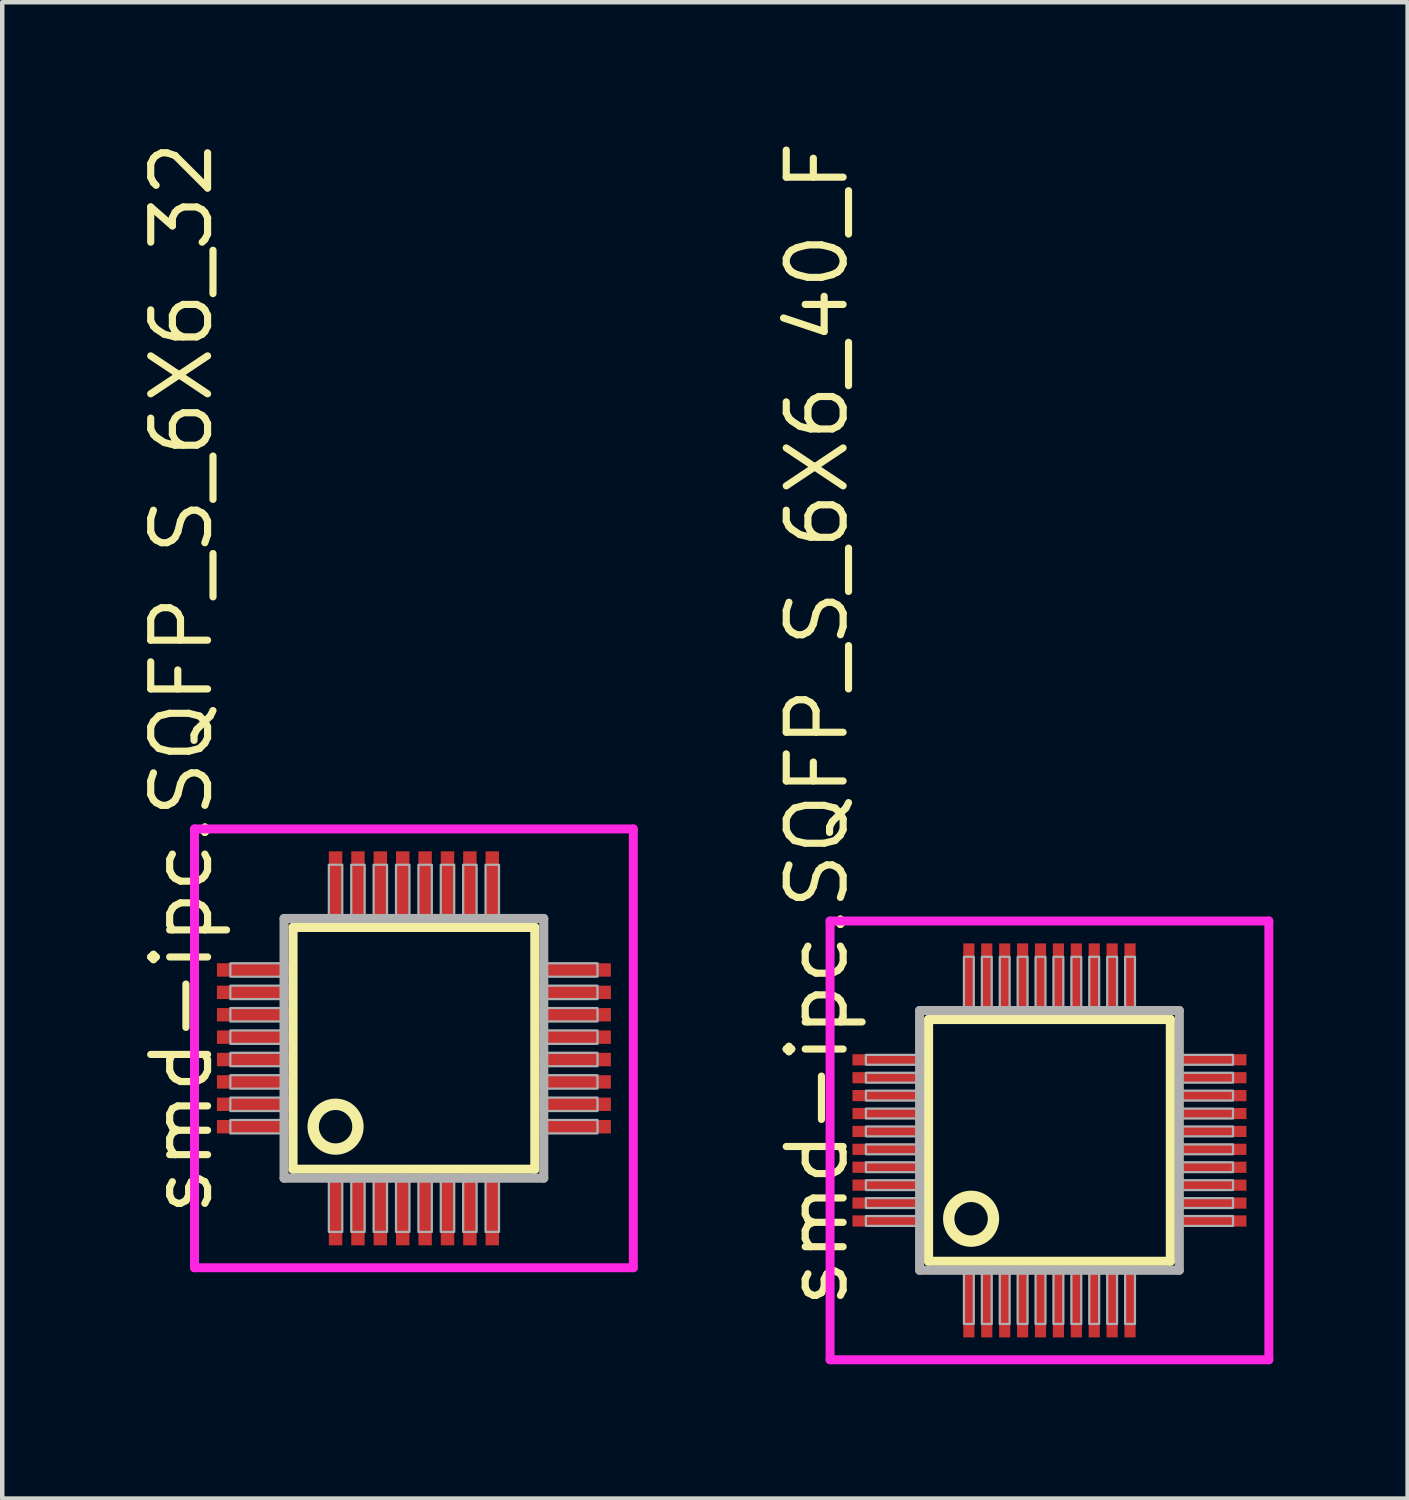
<source format=kicad_pcb>
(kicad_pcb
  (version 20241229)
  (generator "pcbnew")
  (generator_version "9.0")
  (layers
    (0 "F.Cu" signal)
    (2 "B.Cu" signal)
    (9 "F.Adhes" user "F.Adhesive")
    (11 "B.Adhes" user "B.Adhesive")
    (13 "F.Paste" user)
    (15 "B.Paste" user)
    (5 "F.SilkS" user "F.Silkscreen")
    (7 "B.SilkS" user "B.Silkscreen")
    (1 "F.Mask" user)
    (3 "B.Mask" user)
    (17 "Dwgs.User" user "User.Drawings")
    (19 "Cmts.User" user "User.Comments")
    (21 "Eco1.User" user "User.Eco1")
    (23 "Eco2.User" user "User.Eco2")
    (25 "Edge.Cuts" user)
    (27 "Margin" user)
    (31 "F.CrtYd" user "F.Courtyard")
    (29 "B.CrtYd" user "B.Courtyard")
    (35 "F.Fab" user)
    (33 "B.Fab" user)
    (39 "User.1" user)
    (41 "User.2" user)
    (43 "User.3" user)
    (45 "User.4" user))
  (footprint "smd-ipc.SQFP_S_6X6_32"
    (layer "F.Cu")
    (at 6.195 20.365)
    (property "Reference" "smd-ipc.SQFP_S_6X6_32" (at -4.445 3.81 90) (layer "F.SilkS") (effects (font (size 1.27 1.27) (thickness 0.16)) (justify left bottom)))
    (attr smd)
    (fp_line (start -2.7 -2.7) (end 2.7 -2.7) (stroke (width 0.203) (type default)) (layer "F.SilkS"))
    (fp_line (start -2.7 2.7) (end -2.7 -2.7) (stroke (width 0.203) (type default)) (layer "F.SilkS"))
    (fp_line (start 2.7 -2.7) (end 2.7 2.7) (stroke (width 0.203) (type default)) (layer "F.SilkS"))
    (fp_line (start 2.7 2.7) (end -2.7 2.7) (stroke (width 0.203) (type default)) (layer "F.SilkS"))
    (fp_circle (center -1.75 1.75) (end -1.25 1.75) (stroke (width 0.254) (type default)) (fill no) (layer "F.SilkS"))
    (fp_line (start -4.9 -4.9) (end 4.9 -4.9) (stroke (width 0.2) (type default)) (layer "F.CrtYd"))
    (fp_line (start -4.9 4.9) (end -4.9 -4.9) (stroke (width 0.2) (type default)) (layer "F.CrtYd"))
    (fp_line (start 4.9 -4.9) (end 4.9 4.9) (stroke (width 0.2) (type default)) (layer "F.CrtYd"))
    (fp_line (start 4.9 4.9) (end -4.9 4.9) (stroke (width 0.2) (type default)) (layer "F.CrtYd"))
    (fp_line (start -2.9 -2.9) (end -2.9 2.9) (stroke (width 0.203) (type default)) (layer "F.Fab"))
    (fp_line (start -2.9 2.9) (end 2.9 2.9) (stroke (width 0.203) (type default)) (layer "F.Fab"))
    (fp_line (start 2.9 -2.9) (end -2.9 -2.9) (stroke (width 0.203) (type default)) (layer "F.Fab"))
    (fp_line (start 2.9 2.9) (end 2.9 -2.9) (stroke (width 0.203) (type default)) (layer "F.Fab"))
    (fp_rect (start -4.1 -1.6) (end -2.95 -1.9) (stroke (width 0.05) (type default)) (fill no) (layer "F.Fab"))
    (fp_rect (start -4.1 -1.1) (end -2.95 -1.4) (stroke (width 0.05) (type default)) (fill no) (layer "F.Fab"))
    (fp_rect (start -4.1 -0.6) (end -2.95 -0.9) (stroke (width 0.05) (type default)) (fill no) (layer "F.Fab"))
    (fp_rect (start -4.1 -0.1) (end -2.95 -0.4) (stroke (width 0.05) (type default)) (fill no) (layer "F.Fab"))
    (fp_rect (start -4.1 0.4) (end -2.95 0.1) (stroke (width 0.05) (type default)) (fill no) (layer "F.Fab"))
    (fp_rect (start -4.1 0.9) (end -2.95 0.6) (stroke (width 0.05) (type default)) (fill no) (layer "F.Fab"))
    (fp_rect (start -4.1 1.4) (end -2.95 1.1) (stroke (width 0.05) (type default)) (fill no) (layer "F.Fab"))
    (fp_rect (start -4.1 1.9) (end -2.95 1.6) (stroke (width 0.05) (type default)) (fill no) (layer "F.Fab"))
    (fp_rect (start -1.9 -2.95) (end -1.6 -4.1) (stroke (width 0.05) (type default)) (fill no) (layer "F.Fab"))
    (fp_rect (start -1.9 4.1) (end -1.6 2.95) (stroke (width 0.05) (type default)) (fill no) (layer "F.Fab"))
    (fp_rect (start -1.4 -2.95) (end -1.1 -4.1) (stroke (width 0.05) (type default)) (fill no) (layer "F.Fab"))
    (fp_rect (start -1.4 4.1) (end -1.1 2.95) (stroke (width 0.05) (type default)) (fill no) (layer "F.Fab"))
    (fp_rect (start -0.9 -2.95) (end -0.6 -4.1) (stroke (width 0.05) (type default)) (fill no) (layer "F.Fab"))
    (fp_rect (start -0.9 4.1) (end -0.6 2.95) (stroke (width 0.05) (type default)) (fill no) (layer "F.Fab"))
    (fp_rect (start -0.4 -2.95) (end -0.1 -4.1) (stroke (width 0.05) (type default)) (fill no) (layer "F.Fab"))
    (fp_rect (start -0.4 4.1) (end -0.1 2.95) (stroke (width 0.05) (type default)) (fill no) (layer "F.Fab"))
    (fp_rect (start 0.1 -2.95) (end 0.4 -4.1) (stroke (width 0.05) (type default)) (fill no) (layer "F.Fab"))
    (fp_rect (start 0.1 4.1) (end 0.4 2.95) (stroke (width 0.05) (type default)) (fill no) (layer "F.Fab"))
    (fp_rect (start 0.6 -2.95) (end 0.9 -4.1) (stroke (width 0.05) (type default)) (fill no) (layer "F.Fab"))
    (fp_rect (start 0.6 4.1) (end 0.9 2.95) (stroke (width 0.05) (type default)) (fill no) (layer "F.Fab"))
    (fp_rect (start 1.1 -2.95) (end 1.4 -4.1) (stroke (width 0.05) (type default)) (fill no) (layer "F.Fab"))
    (fp_rect (start 1.1 4.1) (end 1.4 2.95) (stroke (width 0.05) (type default)) (fill no) (layer "F.Fab"))
    (fp_rect (start 1.6 -2.95) (end 1.9 -4.1) (stroke (width 0.05) (type default)) (fill no) (layer "F.Fab"))
    (fp_rect (start 1.6 4.1) (end 1.9 2.95) (stroke (width 0.05) (type default)) (fill no) (layer "F.Fab"))
    (fp_rect (start 2.95 -1.6) (end 4.1 -1.9) (stroke (width 0.05) (type default)) (fill no) (layer "F.Fab"))
    (fp_rect (start 2.95 -1.1) (end 4.1 -1.4) (stroke (width 0.05) (type default)) (fill no) (layer "F.Fab"))
    (fp_rect (start 2.95 -0.6) (end 4.1 -0.9) (stroke (width 0.05) (type default)) (fill no) (layer "F.Fab"))
    (fp_rect (start 2.95 -0.1) (end 4.1 -0.4) (stroke (width 0.05) (type default)) (fill no) (layer "F.Fab"))
    (fp_rect (start 2.95 0.4) (end 4.1 0.1) (stroke (width 0.05) (type default)) (fill no) (layer "F.Fab"))
    (fp_rect (start 2.95 0.9) (end 4.1 0.6) (stroke (width 0.05) (type default)) (fill no) (layer "F.Fab"))
    (fp_rect (start 2.95 1.4) (end 4.1 1.1) (stroke (width 0.05) (type default)) (fill no) (layer "F.Fab"))
    (fp_rect (start 2.95 1.9) (end 4.1 1.6) (stroke (width 0.05) (type default)) (fill no) (layer "F.Fab"))
    (pad "1" smd roundrect (at -1.75 3.6) (size 0.3 1.6) (layers "F.Cu" "F.Mask" "F.Paste") (roundrect_rratio 0.01))
    (pad "2" smd roundrect (at -1.25 3.6) (size 0.3 1.6) (layers "F.Cu" "F.Mask" "F.Paste") (roundrect_rratio 0.01))
    (pad "3" smd roundrect (at -0.75 3.6) (size 0.3 1.6) (layers "F.Cu" "F.Mask" "F.Paste") (roundrect_rratio 0.01))
    (pad "4" smd roundrect (at -0.25 3.6) (size 0.3 1.6) (layers "F.Cu" "F.Mask" "F.Paste") (roundrect_rratio 0.01))
    (pad "5" smd roundrect (at 0.25 3.6) (size 0.3 1.6) (layers "F.Cu" "F.Mask" "F.Paste") (roundrect_rratio 0.01))
    (pad "6" smd roundrect (at 0.75 3.6) (size 0.3 1.6) (layers "F.Cu" "F.Mask" "F.Paste") (roundrect_rratio 0.01))
    (pad "7" smd roundrect (at 1.25 3.6) (size 0.3 1.6) (layers "F.Cu" "F.Mask" "F.Paste") (roundrect_rratio 0.01))
    (pad "8" smd roundrect (at 1.75 3.6) (size 0.3 1.6) (layers "F.Cu" "F.Mask" "F.Paste") (roundrect_rratio 0.01))
    (pad "9" smd roundrect (at 3.6 1.75) (size 1.6 0.3) (layers "F.Cu" "F.Mask" "F.Paste") (roundrect_rratio 0.01))
    (pad "10" smd roundrect (at 3.6 1.25) (size 1.6 0.3) (layers "F.Cu" "F.Mask" "F.Paste") (roundrect_rratio 0.01))
    (pad "11" smd roundrect (at 3.6 0.75) (size 1.6 0.3) (layers "F.Cu" "F.Mask" "F.Paste") (roundrect_rratio 0.01))
    (pad "12" smd roundrect (at 3.6 0.25) (size 1.6 0.3) (layers "F.Cu" "F.Mask" "F.Paste") (roundrect_rratio 0.01))
    (pad "13" smd roundrect (at 3.6 -0.25) (size 1.6 0.3) (layers "F.Cu" "F.Mask" "F.Paste") (roundrect_rratio 0.01))
    (pad "14" smd roundrect (at 3.6 -0.75) (size 1.6 0.3) (layers "F.Cu" "F.Mask" "F.Paste") (roundrect_rratio 0.01))
    (pad "15" smd roundrect (at 3.6 -1.25) (size 1.6 0.3) (layers "F.Cu" "F.Mask" "F.Paste") (roundrect_rratio 0.01))
    (pad "16" smd roundrect (at 3.6 -1.75) (size 1.6 0.3) (layers "F.Cu" "F.Mask" "F.Paste") (roundrect_rratio 0.01))
    (pad "17" smd roundrect (at 1.75 -3.6) (size 0.3 1.6) (layers "F.Cu" "F.Mask" "F.Paste") (roundrect_rratio 0.01))
    (pad "18" smd roundrect (at 1.25 -3.6) (size 0.3 1.6) (layers "F.Cu" "F.Mask" "F.Paste") (roundrect_rratio 0.01))
    (pad "19" smd roundrect (at 0.75 -3.6) (size 0.3 1.6) (layers "F.Cu" "F.Mask" "F.Paste") (roundrect_rratio 0.01))
    (pad "20" smd roundrect (at 0.25 -3.6) (size 0.3 1.6) (layers "F.Cu" "F.Mask" "F.Paste") (roundrect_rratio 0.01))
    (pad "21" smd roundrect (at -0.25 -3.6) (size 0.3 1.6) (layers "F.Cu" "F.Mask" "F.Paste") (roundrect_rratio 0.01))
    (pad "22" smd roundrect (at -0.75 -3.6) (size 0.3 1.6) (layers "F.Cu" "F.Mask" "F.Paste") (roundrect_rratio 0.01))
    (pad "23" smd roundrect (at -1.25 -3.6) (size 0.3 1.6) (layers "F.Cu" "F.Mask" "F.Paste") (roundrect_rratio 0.01))
    (pad "24" smd roundrect (at -1.75 -3.6) (size 0.3 1.6) (layers "F.Cu" "F.Mask" "F.Paste") (roundrect_rratio 0.01))
    (pad "25" smd roundrect (at -3.6 -1.75) (size 1.6 0.3) (layers "F.Cu" "F.Mask" "F.Paste") (roundrect_rratio 0.01))
    (pad "26" smd roundrect (at -3.6 -1.25) (size 1.6 0.3) (layers "F.Cu" "F.Mask" "F.Paste") (roundrect_rratio 0.01))
    (pad "27" smd roundrect (at -3.6 -0.75) (size 1.6 0.3) (layers "F.Cu" "F.Mask" "F.Paste") (roundrect_rratio 0.01))
    (pad "28" smd roundrect (at -3.6 -0.25) (size 1.6 0.3) (layers "F.Cu" "F.Mask" "F.Paste") (roundrect_rratio 0.01))
    (pad "29" smd roundrect (at -3.6 0.25) (size 1.6 0.3) (layers "F.Cu" "F.Mask" "F.Paste") (roundrect_rratio 0.01))
    (pad "30" smd roundrect (at -3.6 0.75) (size 1.6 0.3) (layers "F.Cu" "F.Mask" "F.Paste") (roundrect_rratio 0.01))
    (pad "31" smd roundrect (at -3.6 1.25) (size 1.6 0.3) (layers "F.Cu" "F.Mask" "F.Paste") (roundrect_rratio 0.01))
    (pad "32" smd roundrect (at -3.6 1.75) (size 1.6 0.3) (layers "F.Cu" "F.Mask" "F.Paste") (roundrect_rratio 0.01)))
  (footprint "smd-ipc.SQFP_S_6X6_40_F"
    (layer "F.Cu")
    (at 20.39 22.421)
    (property "Reference" "smd-ipc.SQFP_S_6X6_40_F" (at -4.445 3.81 90) (layer "F.SilkS") (effects (font (size 1.27 1.27) (thickness 0.16)) (justify left bottom)))
    (attr smd)
    (fp_line (start -2.7 -2.7) (end 2.7 -2.7) (stroke (width 0.203) (type default)) (layer "F.SilkS"))
    (fp_line (start -2.7 2.7) (end -2.7 -2.7) (stroke (width 0.203) (type default)) (layer "F.SilkS"))
    (fp_line (start 2.7 -2.7) (end 2.7 2.7) (stroke (width 0.203) (type default)) (layer "F.SilkS"))
    (fp_line (start 2.7 2.7) (end -2.7 2.7) (stroke (width 0.203) (type default)) (layer "F.SilkS"))
    (fp_circle (center -1.75 1.75) (end -1.25 1.75) (stroke (width 0.254) (type default)) (fill no) (layer "F.SilkS"))
    (fp_line (start -4.9 -4.9) (end 4.9 -4.9) (stroke (width 0.2) (type default)) (layer "F.CrtYd"))
    (fp_line (start -4.9 4.9) (end -4.9 -4.9) (stroke (width 0.2) (type default)) (layer "F.CrtYd"))
    (fp_line (start 4.9 -4.9) (end 4.9 4.9) (stroke (width 0.2) (type default)) (layer "F.CrtYd"))
    (fp_line (start 4.9 4.9) (end -4.9 4.9) (stroke (width 0.2) (type default)) (layer "F.CrtYd"))
    (fp_line (start -2.9 -2.9) (end -2.9 2.9) (stroke (width 0.203) (type default)) (layer "F.Fab"))
    (fp_line (start -2.9 2.9) (end 2.9 2.9) (stroke (width 0.203) (type default)) (layer "F.Fab"))
    (fp_line (start 2.9 -2.9) (end -2.9 -2.9) (stroke (width 0.203) (type default)) (layer "F.Fab"))
    (fp_line (start 2.9 2.9) (end 2.9 -2.9) (stroke (width 0.203) (type default)) (layer "F.Fab"))
    (fp_rect (start -4.1 -1.69) (end -2.95 -1.91) (stroke (width 0.05) (type default)) (fill no) (layer "F.Fab"))
    (fp_rect (start -4.1 -1.29) (end -2.95 -1.51) (stroke (width 0.05) (type default)) (fill no) (layer "F.Fab"))
    (fp_rect (start -4.1 -0.89) (end -2.95 -1.11) (stroke (width 0.05) (type default)) (fill no) (layer "F.Fab"))
    (fp_rect (start -4.1 -0.49) (end -2.95 -0.71) (stroke (width 0.05) (type default)) (fill no) (layer "F.Fab"))
    (fp_rect (start -4.1 -0.09) (end -2.95 -0.31) (stroke (width 0.05) (type default)) (fill no) (layer "F.Fab"))
    (fp_rect (start -4.1 0.31) (end -2.95 0.09) (stroke (width 0.05) (type default)) (fill no) (layer "F.Fab"))
    (fp_rect (start -4.1 0.71) (end -2.95 0.49) (stroke (width 0.05) (type default)) (fill no) (layer "F.Fab"))
    (fp_rect (start -4.1 1.11) (end -2.95 0.89) (stroke (width 0.05) (type default)) (fill no) (layer "F.Fab"))
    (fp_rect (start -4.1 1.51) (end -2.95 1.29) (stroke (width 0.05) (type default)) (fill no) (layer "F.Fab"))
    (fp_rect (start -4.1 1.91) (end -2.95 1.69) (stroke (width 0.05) (type default)) (fill no) (layer "F.Fab"))
    (fp_rect (start -1.91 -2.95) (end -1.69 -4.1) (stroke (width 0.05) (type default)) (fill no) (layer "F.Fab"))
    (fp_rect (start -1.91 4.1) (end -1.69 2.95) (stroke (width 0.05) (type default)) (fill no) (layer "F.Fab"))
    (fp_rect (start -1.51 -2.95) (end -1.29 -4.1) (stroke (width 0.05) (type default)) (fill no) (layer "F.Fab"))
    (fp_rect (start -1.51 4.1) (end -1.29 2.95) (stroke (width 0.05) (type default)) (fill no) (layer "F.Fab"))
    (fp_rect (start -1.11 -2.95) (end -0.89 -4.1) (stroke (width 0.05) (type default)) (fill no) (layer "F.Fab"))
    (fp_rect (start -1.11 4.1) (end -0.89 2.95) (stroke (width 0.05) (type default)) (fill no) (layer "F.Fab"))
    (fp_rect (start -0.71 -2.95) (end -0.49 -4.1) (stroke (width 0.05) (type default)) (fill no) (layer "F.Fab"))
    (fp_rect (start -0.71 4.1) (end -0.49 2.95) (stroke (width 0.05) (type default)) (fill no) (layer "F.Fab"))
    (fp_rect (start -0.31 -2.95) (end -0.09 -4.1) (stroke (width 0.05) (type default)) (fill no) (layer "F.Fab"))
    (fp_rect (start -0.31 4.1) (end -0.09 2.95) (stroke (width 0.05) (type default)) (fill no) (layer "F.Fab"))
    (fp_rect (start 0.09 -2.95) (end 0.31 -4.1) (stroke (width 0.05) (type default)) (fill no) (layer "F.Fab"))
    (fp_rect (start 0.09 4.1) (end 0.31 2.95) (stroke (width 0.05) (type default)) (fill no) (layer "F.Fab"))
    (fp_rect (start 0.49 -2.95) (end 0.71 -4.1) (stroke (width 0.05) (type default)) (fill no) (layer "F.Fab"))
    (fp_rect (start 0.49 4.1) (end 0.71 2.95) (stroke (width 0.05) (type default)) (fill no) (layer "F.Fab"))
    (fp_rect (start 0.89 -2.95) (end 1.11 -4.1) (stroke (width 0.05) (type default)) (fill no) (layer "F.Fab"))
    (fp_rect (start 0.89 4.1) (end 1.11 2.95) (stroke (width 0.05) (type default)) (fill no) (layer "F.Fab"))
    (fp_rect (start 1.29 -2.95) (end 1.51 -4.1) (stroke (width 0.05) (type default)) (fill no) (layer "F.Fab"))
    (fp_rect (start 1.29 4.1) (end 1.51 2.95) (stroke (width 0.05) (type default)) (fill no) (layer "F.Fab"))
    (fp_rect (start 1.69 -2.95) (end 1.91 -4.1) (stroke (width 0.05) (type default)) (fill no) (layer "F.Fab"))
    (fp_rect (start 1.69 4.1) (end 1.91 2.95) (stroke (width 0.05) (type default)) (fill no) (layer "F.Fab"))
    (fp_rect (start 2.95 -1.69) (end 4.1 -1.91) (stroke (width 0.05) (type default)) (fill no) (layer "F.Fab"))
    (fp_rect (start 2.95 -1.29) (end 4.1 -1.51) (stroke (width 0.05) (type default)) (fill no) (layer "F.Fab"))
    (fp_rect (start 2.95 -0.89) (end 4.1 -1.11) (stroke (width 0.05) (type default)) (fill no) (layer "F.Fab"))
    (fp_rect (start 2.95 -0.49) (end 4.1 -0.71) (stroke (width 0.05) (type default)) (fill no) (layer "F.Fab"))
    (fp_rect (start 2.95 -0.09) (end 4.1 -0.31) (stroke (width 0.05) (type default)) (fill no) (layer "F.Fab"))
    (fp_rect (start 2.95 0.31) (end 4.1 0.09) (stroke (width 0.05) (type default)) (fill no) (layer "F.Fab"))
    (fp_rect (start 2.95 0.71) (end 4.1 0.49) (stroke (width 0.05) (type default)) (fill no) (layer "F.Fab"))
    (fp_rect (start 2.95 1.11) (end 4.1 0.89) (stroke (width 0.05) (type default)) (fill no) (layer "F.Fab"))
    (fp_rect (start 2.95 1.51) (end 4.1 1.29) (stroke (width 0.05) (type default)) (fill no) (layer "F.Fab"))
    (fp_rect (start 2.95 1.91) (end 4.1 1.69) (stroke (width 0.05) (type default)) (fill no) (layer "F.Fab"))
    (pad "1" smd roundrect (at -1.8 3.6) (size 0.25 1.6) (layers "F.Cu" "F.Mask" "F.Paste") (roundrect_rratio 0.01))
    (pad "2" smd roundrect (at -1.4 3.6) (size 0.25 1.6) (layers "F.Cu" "F.Mask" "F.Paste") (roundrect_rratio 0.01))
    (pad "3" smd roundrect (at -1 3.6) (size 0.25 1.6) (layers "F.Cu" "F.Mask" "F.Paste") (roundrect_rratio 0.01))
    (pad "4" smd roundrect (at -0.6 3.6) (size 0.25 1.6) (layers "F.Cu" "F.Mask" "F.Paste") (roundrect_rratio 0.01))
    (pad "5" smd roundrect (at -0.2 3.6) (size 0.25 1.6) (layers "F.Cu" "F.Mask" "F.Paste") (roundrect_rratio 0.01))
    (pad "6" smd roundrect (at 0.2 3.6) (size 0.25 1.6) (layers "F.Cu" "F.Mask" "F.Paste") (roundrect_rratio 0.01))
    (pad "7" smd roundrect (at 0.6 3.6) (size 0.25 1.6) (layers "F.Cu" "F.Mask" "F.Paste") (roundrect_rratio 0.01))
    (pad "8" smd roundrect (at 1 3.6) (size 0.25 1.6) (layers "F.Cu" "F.Mask" "F.Paste") (roundrect_rratio 0.01))
    (pad "9" smd roundrect (at 1.4 3.6) (size 0.25 1.6) (layers "F.Cu" "F.Mask" "F.Paste") (roundrect_rratio 0.01))
    (pad "10" smd roundrect (at 1.8 3.6) (size 0.25 1.6) (layers "F.Cu" "F.Mask" "F.Paste") (roundrect_rratio 0.01))
    (pad "11" smd roundrect (at 3.6 1.8) (size 1.6 0.25) (layers "F.Cu" "F.Mask" "F.Paste") (roundrect_rratio 0.01))
    (pad "12" smd roundrect (at 3.6 1.4) (size 1.6 0.25) (layers "F.Cu" "F.Mask" "F.Paste") (roundrect_rratio 0.01))
    (pad "13" smd roundrect (at 3.6 1) (size 1.6 0.25) (layers "F.Cu" "F.Mask" "F.Paste") (roundrect_rratio 0.01))
    (pad "14" smd roundrect (at 3.6 0.6) (size 1.6 0.25) (layers "F.Cu" "F.Mask" "F.Paste") (roundrect_rratio 0.01))
    (pad "15" smd roundrect (at 3.6 0.2) (size 1.6 0.25) (layers "F.Cu" "F.Mask" "F.Paste") (roundrect_rratio 0.01))
    (pad "16" smd roundrect (at 3.6 -0.2) (size 1.6 0.25) (layers "F.Cu" "F.Mask" "F.Paste") (roundrect_rratio 0.01))
    (pad "17" smd roundrect (at 3.6 -0.6) (size 1.6 0.25) (layers "F.Cu" "F.Mask" "F.Paste") (roundrect_rratio 0.01))
    (pad "18" smd roundrect (at 3.6 -1) (size 1.6 0.25) (layers "F.Cu" "F.Mask" "F.Paste") (roundrect_rratio 0.01))
    (pad "19" smd roundrect (at 3.6 -1.4) (size 1.6 0.25) (layers "F.Cu" "F.Mask" "F.Paste") (roundrect_rratio 0.01))
    (pad "20" smd roundrect (at 3.6 -1.8) (size 1.6 0.25) (layers "F.Cu" "F.Mask" "F.Paste") (roundrect_rratio 0.01))
    (pad "21" smd roundrect (at 1.8 -3.6) (size 0.25 1.6) (layers "F.Cu" "F.Mask" "F.Paste") (roundrect_rratio 0.01))
    (pad "22" smd roundrect (at 1.4 -3.6) (size 0.25 1.6) (layers "F.Cu" "F.Mask" "F.Paste") (roundrect_rratio 0.01))
    (pad "23" smd roundrect (at 1 -3.6) (size 0.25 1.6) (layers "F.Cu" "F.Mask" "F.Paste") (roundrect_rratio 0.01))
    (pad "24" smd roundrect (at 0.6 -3.6) (size 0.25 1.6) (layers "F.Cu" "F.Mask" "F.Paste") (roundrect_rratio 0.01))
    (pad "25" smd roundrect (at 0.2 -3.6) (size 0.25 1.6) (layers "F.Cu" "F.Mask" "F.Paste") (roundrect_rratio 0.01))
    (pad "26" smd roundrect (at -0.2 -3.6) (size 0.25 1.6) (layers "F.Cu" "F.Mask" "F.Paste") (roundrect_rratio 0.01))
    (pad "27" smd roundrect (at -0.6 -3.6) (size 0.25 1.6) (layers "F.Cu" "F.Mask" "F.Paste") (roundrect_rratio 0.01))
    (pad "28" smd roundrect (at -1 -3.6) (size 0.25 1.6) (layers "F.Cu" "F.Mask" "F.Paste") (roundrect_rratio 0.01))
    (pad "29" smd roundrect (at -1.4 -3.6) (size 0.25 1.6) (layers "F.Cu" "F.Mask" "F.Paste") (roundrect_rratio 0.01))
    (pad "30" smd roundrect (at -1.8 -3.6) (size 0.25 1.6) (layers "F.Cu" "F.Mask" "F.Paste") (roundrect_rratio 0.01))
    (pad "31" smd roundrect (at -3.6 -1.8) (size 1.6 0.25) (layers "F.Cu" "F.Mask" "F.Paste") (roundrect_rratio 0.01))
    (pad "32" smd roundrect (at -3.6 -1.4) (size 1.6 0.25) (layers "F.Cu" "F.Mask" "F.Paste") (roundrect_rratio 0.01))
    (pad "33" smd roundrect (at -3.6 -1) (size 1.6 0.25) (layers "F.Cu" "F.Mask" "F.Paste") (roundrect_rratio 0.01))
    (pad "34" smd roundrect (at -3.6 -0.6) (size 1.6 0.25) (layers "F.Cu" "F.Mask" "F.Paste") (roundrect_rratio 0.01))
    (pad "35" smd roundrect (at -3.6 -0.2) (size 1.6 0.25) (layers "F.Cu" "F.Mask" "F.Paste") (roundrect_rratio 0.01))
    (pad "36" smd roundrect (at -3.6 0.2) (size 1.6 0.25) (layers "F.Cu" "F.Mask" "F.Paste") (roundrect_rratio 0.01))
    (pad "37" smd roundrect (at -3.6 0.6) (size 1.6 0.25) (layers "F.Cu" "F.Mask" "F.Paste") (roundrect_rratio 0.01))
    (pad "38" smd roundrect (at -3.6 1) (size 1.6 0.25) (layers "F.Cu" "F.Mask" "F.Paste") (roundrect_rratio 0.01))
    (pad "39" smd roundrect (at -3.6 1.4) (size 1.6 0.25) (layers "F.Cu" "F.Mask" "F.Paste") (roundrect_rratio 0.01))
    (pad "40" smd roundrect (at -3.6 1.8) (size 1.6 0.25) (layers "F.Cu" "F.Mask" "F.Paste") (roundrect_rratio 0.01)))
  (gr_rect
    (start -3 -3)
    (end 28.39 30.421)
    (stroke (width 0.1) (type default))
    (fill no)
    (layer "Edge.Cuts")))
</source>
